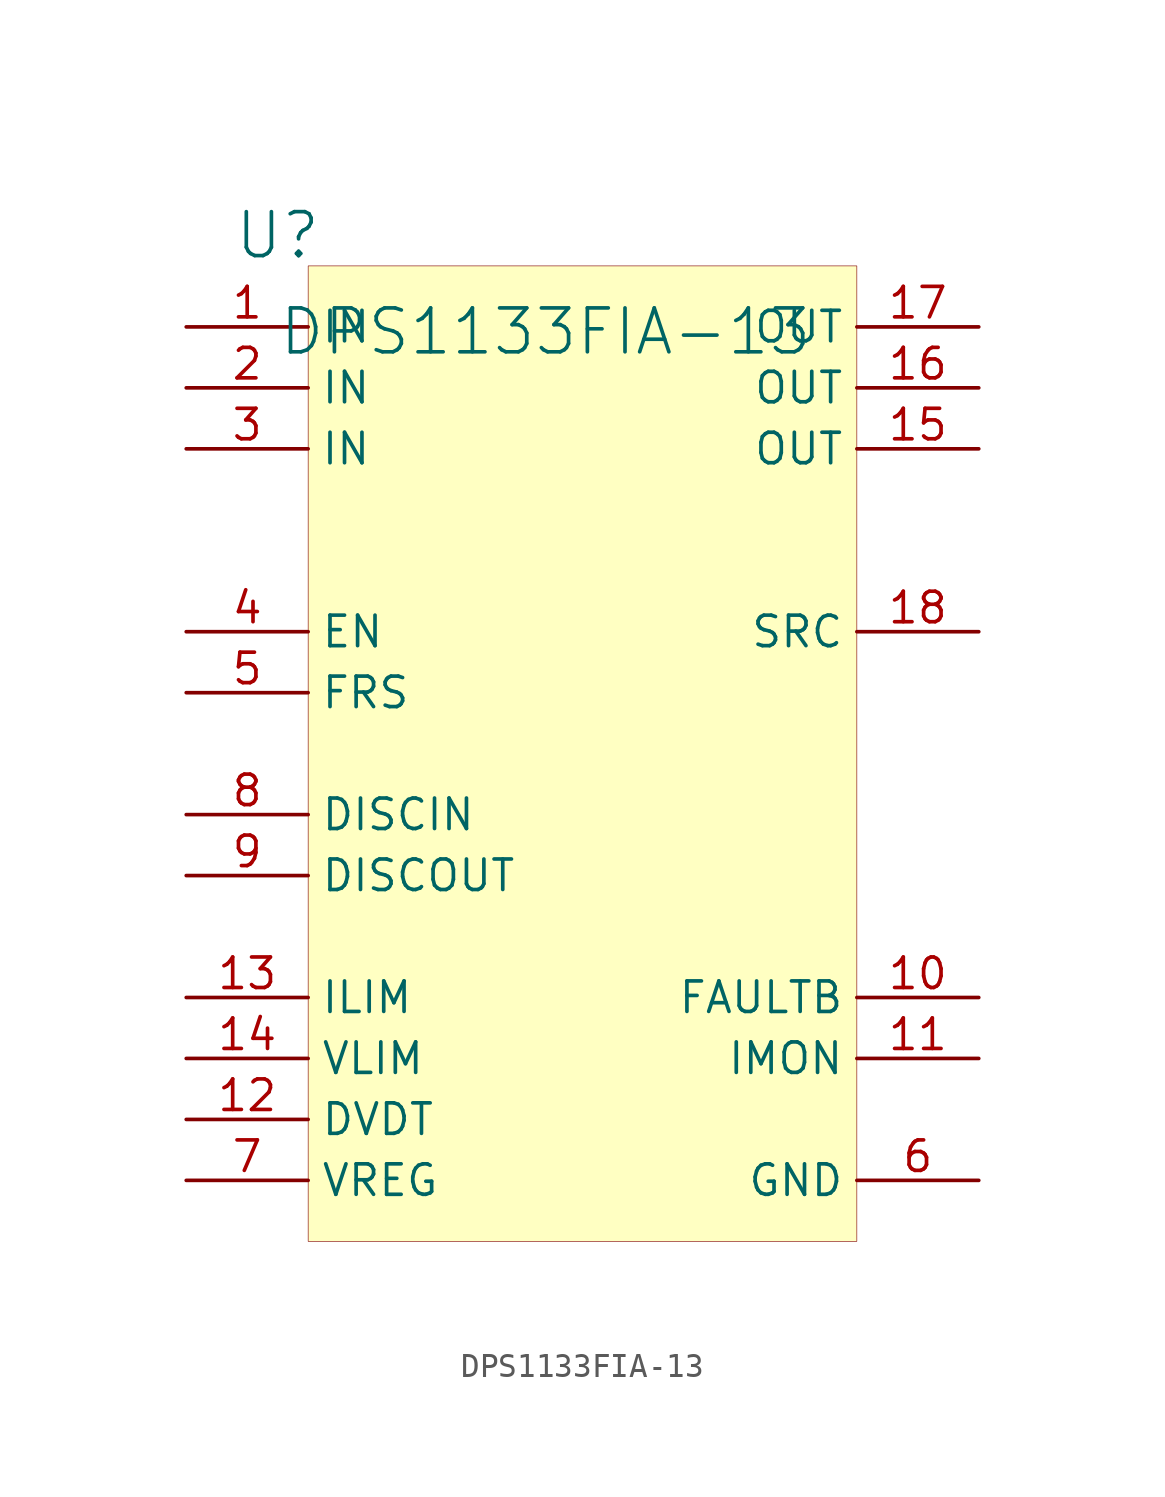
<source format=kicad_sym>
(kicad_symbol_lib
  (version 20231120)
  (generator "kicad_symbol_editor")
  (generator_version "8.0")
  (symbol "DPS1133FIA-13"
    (property "Reference" "U"
      (at -1.27 1.27 0)
      (effects (font (size 1.829 1.829))))
    (property "Value" "DPS1133FIA-13"
      (at -1.27 -3.81 0)
      (effects (font (size 1.829 1.829)) (justify left bottom)))
    (symbol "DPS1133FIA-13_1_0"
      (rectangle (start 22.86 0) (end 0 -40.64) (stroke (width 0.025) (type solid) (color 128 0 0 1)) (fill (type background)))
      (pin passive line (at -5.08 -2.54 0) (length 5.08) (name "IN" (effects (font (size 1.27 1.27)))) (number "1" (effects (font (size 1.27 1.27)))))
      (pin passive line (at 27.94 -30.48 180) (length 5.08) (name "FAULTB" (effects (font (size 1.27 1.27)))) (number "10" (effects (font (size 1.27 1.27)))))
      (pin passive line (at 27.94 -33.02 180) (length 5.08) (name "IMON" (effects (font (size 1.27 1.27)))) (number "11" (effects (font (size 1.27 1.27)))))
      (pin passive line (at -5.08 -35.56 0) (length 5.08) (name "DVDT" (effects (font (size 1.27 1.27)))) (number "12" (effects (font (size 1.27 1.27)))))
      (pin passive line (at -5.08 -30.48 0) (length 5.08) (name "ILIM" (effects (font (size 1.27 1.27)))) (number "13" (effects (font (size 1.27 1.27)))))
      (pin passive line (at -5.08 -33.02 0) (length 5.08) (name "VLIM" (effects (font (size 1.27 1.27)))) (number "14" (effects (font (size 1.27 1.27)))))
      (pin passive line (at 27.94 -7.62 180) (length 5.08) (name "OUT" (effects (font (size 1.27 1.27)))) (number "15" (effects (font (size 1.27 1.27)))))
      (pin passive line (at 27.94 -5.08 180) (length 5.08) (name "OUT" (effects (font (size 1.27 1.27)))) (number "16" (effects (font (size 1.27 1.27)))))
      (pin passive line (at 27.94 -2.54 180) (length 5.08) (name "OUT" (effects (font (size 1.27 1.27)))) (number "17" (effects (font (size 1.27 1.27)))))
      (pin passive line (at 27.94 -15.24 180) (length 5.08) (name "SRC" (effects (font (size 1.27 1.27)))) (number "18" (effects (font (size 1.27 1.27)))))
      (pin passive line (at -5.08 -5.08 0) (length 5.08) (name "IN" (effects (font (size 1.27 1.27)))) (number "2" (effects (font (size 1.27 1.27)))))
      (pin passive line (at -5.08 -7.62 0) (length 5.08) (name "IN" (effects (font (size 1.27 1.27)))) (number "3" (effects (font (size 1.27 1.27)))))
      (pin passive line (at -5.08 -15.24 0) (length 5.08) (name "EN" (effects (font (size 1.27 1.27)))) (number "4" (effects (font (size 1.27 1.27)))))
      (pin passive line (at -5.08 -17.78 0) (length 5.08) (name "FRS" (effects (font (size 1.27 1.27)))) (number "5" (effects (font (size 1.27 1.27)))))
      (pin passive line (at 27.94 -38.1 180) (length 5.08) (name "GND" (effects (font (size 1.27 1.27)))) (number "6" (effects (font (size 1.27 1.27)))))
      (pin passive line (at -5.08 -38.1 0) (length 5.08) (name "VREG" (effects (font (size 1.27 1.27)))) (number "7" (effects (font (size 1.27 1.27)))))
      (pin passive line (at -5.08 -22.86 0) (length 5.08) (name "DISCIN" (effects (font (size 1.27 1.27)))) (number "8" (effects (font (size 1.27 1.27)))))
      (pin passive line (at -5.08 -25.4 0) (length 5.08) (name "DISCOUT" (effects (font (size 1.27 1.27)))) (number "9" (effects (font (size 1.27 1.27))))))))
</source>
